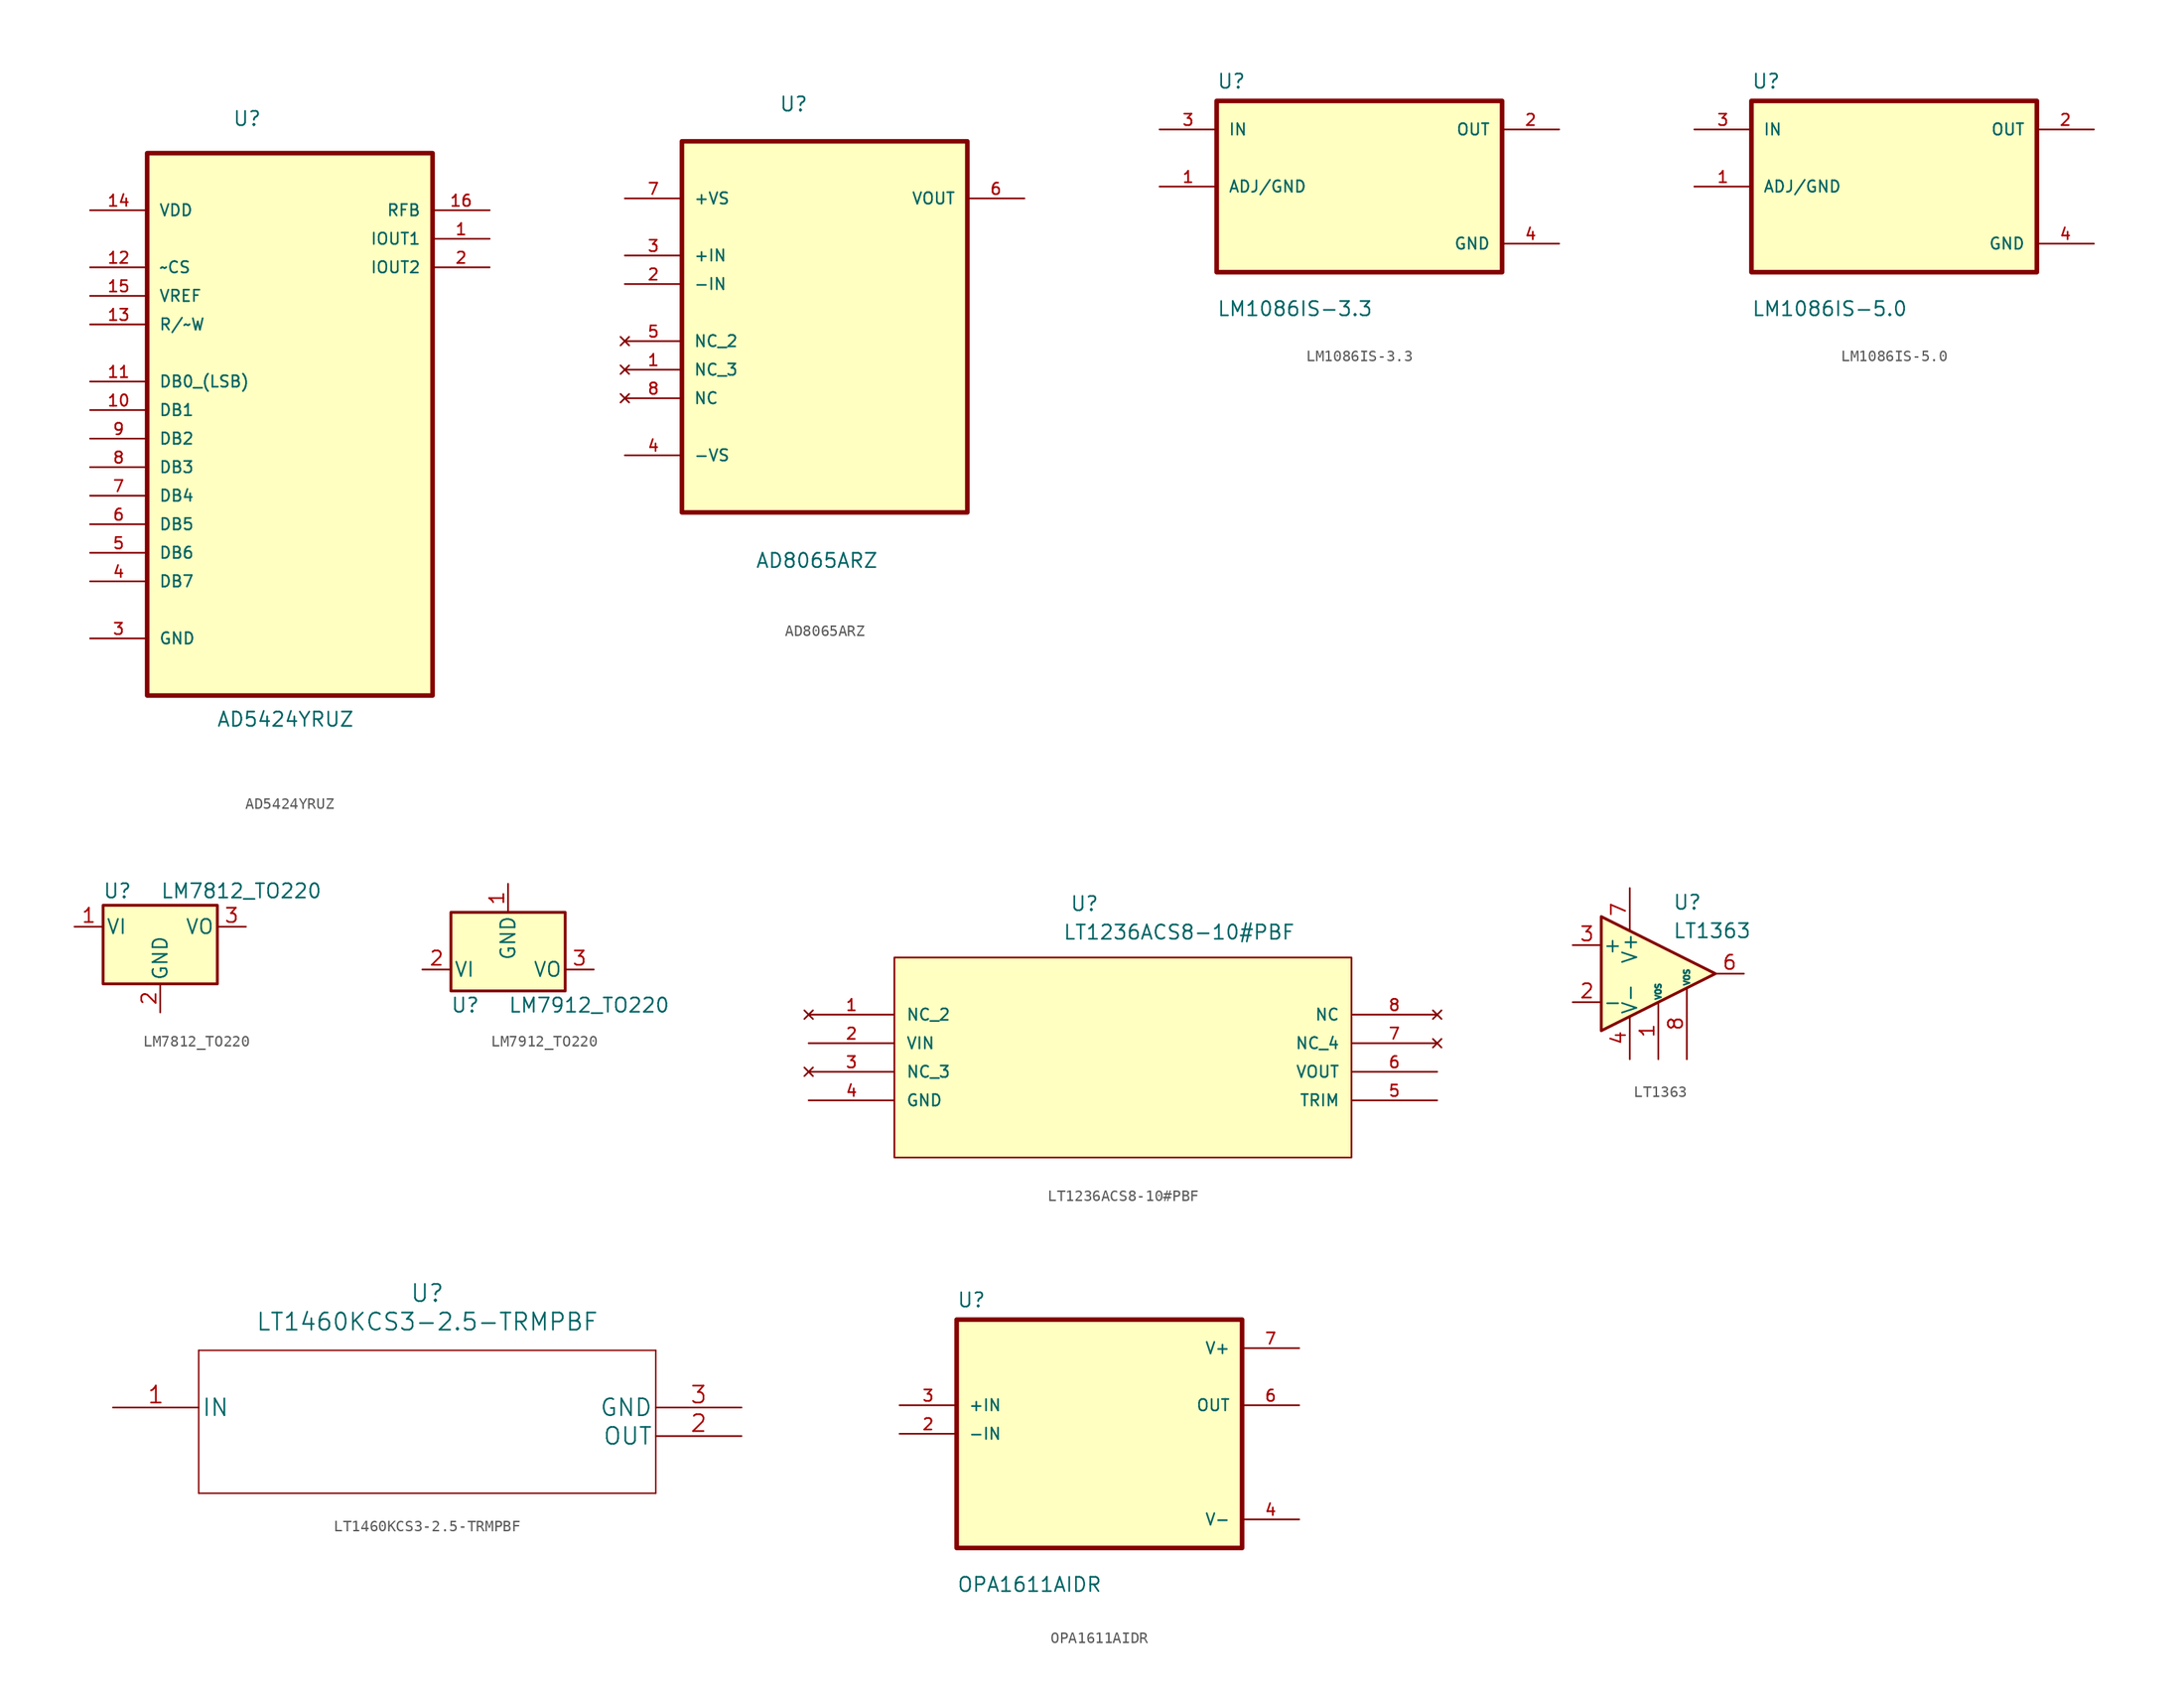
<source format=kicad_sym>
(kicad_symbol_lib
  (version 20220914)
  (generator kicad_symbol_editor)
  (symbol "AD5424YRUZ"
    (pin_names
      (offset 1.016))
    (property "Reference" "U"
      (at -5.114 22.646 0)
      (effects (font (size 1.27 1.27)) (justify left bottom)))
    (property "Value" "AD5424YRUZ"
      (at -6.537 -30.801 0)
      (effects (font (size 1.27 1.27)) (justify left bottom)))
    (symbol "AD5424YRUZ_0_0"
      (rectangle (start -12.7 -27.94) (end 12.7 20.32) (stroke (width 0.406) (type default)) (fill (type background)))
      (pin output line (at 17.78 12.7 180) (length 5.08) (name "IOUT1" (effects (font (size 1.016 1.016)))) (number "1" (effects (font (size 1.016 1.016)))))
      (pin input line (at -17.78 -2.54 0) (length 5.08) (name "DB1" (effects (font (size 1.016 1.016)))) (number "10" (effects (font (size 1.016 1.016)))))
      (pin input line (at -17.78 0 0) (length 5.08) (name "DB0_(LSB)" (effects (font (size 1.016 1.016)))) (number "11" (effects (font (size 1.016 1.016)))))
      (pin input line (at -17.78 10.16 0) (length 5.08) (name "~CS" (effects (font (size 1.016 1.016)))) (number "12" (effects (font (size 1.016 1.016)))))
      (pin bidirectional line (at -17.78 5.08 0) (length 5.08) (name "R/~W" (effects (font (size 1.016 1.016)))) (number "13" (effects (font (size 1.016 1.016)))))
      (pin power_in line (at -17.78 15.24 0) (length 5.08) (name "VDD" (effects (font (size 1.016 1.016)))) (number "14" (effects (font (size 1.016 1.016)))))
      (pin input line (at -17.78 7.62 0) (length 5.08) (name "VREF" (effects (font (size 1.016 1.016)))) (number "15" (effects (font (size 1.016 1.016)))))
      (pin output line (at 17.78 15.24 180) (length 5.08) (name "RFB" (effects (font (size 1.016 1.016)))) (number "16" (effects (font (size 1.016 1.016)))))
      (pin output line (at 17.78 10.16 180) (length 5.08) (name "IOUT2" (effects (font (size 1.016 1.016)))) (number "2" (effects (font (size 1.016 1.016)))))
      (pin passive line (at -17.78 -22.86 0) (length 5.08) (name "GND" (effects (font (size 1.016 1.016)))) (number "3" (effects (font (size 1.016 1.016)))))
      (pin input line (at -17.78 -17.78 0) (length 5.08) (name "DB7" (effects (font (size 1.016 1.016)))) (number "4" (effects (font (size 1.016 1.016)))))
      (pin input line (at -17.78 -15.24 0) (length 5.08) (name "DB6" (effects (font (size 1.016 1.016)))) (number "5" (effects (font (size 1.016 1.016)))))
      (pin input line (at -17.78 -12.7 0) (length 5.08) (name "DB5" (effects (font (size 1.016 1.016)))) (number "6" (effects (font (size 1.016 1.016)))))
      (pin input line (at -17.78 -10.16 0) (length 5.08) (name "DB4" (effects (font (size 1.016 1.016)))) (number "7" (effects (font (size 1.016 1.016)))))
      (pin input line (at -17.78 -7.62 0) (length 5.08) (name "DB3" (effects (font (size 1.016 1.016)))) (number "8" (effects (font (size 1.016 1.016)))))
      (pin input line (at -17.78 -5.08 0) (length 5.08) (name "DB2" (effects (font (size 1.016 1.016)))) (number "9" (effects (font (size 1.016 1.016)))))))
  (symbol "AD8065ARZ"
    (pin_names
      (offset 1.016))
    (property "Reference" "U"
      (at -4.064 15.265 0)
      (effects (font (size 1.27 1.27)) (justify left bottom)))
    (property "Value" "AD8065ARZ"
      (at -6.172 -25.349 0)
      (effects (font (size 1.27 1.27)) (justify left bottom)))
    (symbol "AD8065ARZ_0_0"
      (rectangle (start -12.7 -20.32) (end 12.7 12.7) (stroke (width 0.406) (type default)) (fill (type background)))
      (pin no_connect line (at -17.78 -7.62 0) (length 5.08) (name "NC_3" (effects (font (size 1.016 1.016)))) (number "1" (effects (font (size 1.016 1.016)))))
      (pin input line (at -17.78 0 0) (length 5.08) (name "-IN" (effects (font (size 1.016 1.016)))) (number "2" (effects (font (size 1.016 1.016)))))
      (pin input line (at -17.78 2.54 0) (length 5.08) (name "+IN" (effects (font (size 1.016 1.016)))) (number "3" (effects (font (size 1.016 1.016)))))
      (pin power_in line (at -17.78 -15.24 0) (length 5.08) (name "-VS" (effects (font (size 1.016 1.016)))) (number "4" (effects (font (size 1.016 1.016)))))
      (pin no_connect line (at -17.78 -5.08 0) (length 5.08) (name "NC_2" (effects (font (size 1.016 1.016)))) (number "5" (effects (font (size 1.016 1.016)))))
      (pin output line (at 17.78 7.62 180) (length 5.08) (name "VOUT" (effects (font (size 1.016 1.016)))) (number "6" (effects (font (size 1.016 1.016)))))
      (pin power_in line (at -17.78 7.62 0) (length 5.08) (name "+VS" (effects (font (size 1.016 1.016)))) (number "7" (effects (font (size 1.016 1.016)))))
      (pin no_connect line (at -17.78 -10.16 0) (length 5.08) (name "NC" (effects (font (size 1.016 1.016)))) (number "8" (effects (font (size 1.016 1.016)))))))
  (symbol "LM1086IS-3.3"
    (pin_names
      (offset 1.016))
    (property "Reference" "U"
      (at -12.7 8.62 0)
      (effects (font (size 1.27 1.27)) (justify left bottom)))
    (property "Value" "LM1086IS-3.3"
      (at -12.7 -11.62 0)
      (effects (font (size 1.27 1.27)) (justify left bottom)))
    (symbol "LM1086IS-3.3_0_0"
      (rectangle (start -12.7 -7.62) (end 12.7 7.62) (stroke (width 0.41) (type default)) (fill (type background)))
      (pin bidirectional line (at -17.78 0 0) (length 5.08) (name "ADJ/GND" (effects (font (size 1.016 1.016)))) (number "1" (effects (font (size 1.016 1.016)))))
      (pin output line (at 17.78 5.08 180) (length 5.08) (name "OUT" (effects (font (size 1.016 1.016)))) (number "2" (effects (font (size 1.016 1.016)))))
      (pin input line (at -17.78 5.08 0) (length 5.08) (name "IN" (effects (font (size 1.016 1.016)))) (number "3" (effects (font (size 1.016 1.016)))))
      (pin power_in line (at 17.78 -5.08 180) (length 5.08) (name "GND" (effects (font (size 1.016 1.016)))) (number "4" (effects (font (size 1.016 1.016)))))))
  (symbol "LM1086IS-5.0"
    (pin_names
      (offset 1.016))
    (property "Reference" "U"
      (at -12.7 8.62 0)
      (effects (font (size 1.27 1.27)) (justify left bottom)))
    (property "Value" "LM1086IS-5.0"
      (at -12.7 -11.62 0)
      (effects (font (size 1.27 1.27)) (justify left bottom)))
    (symbol "LM1086IS-5.0_0_0"
      (rectangle (start -12.7 -7.62) (end 12.7 7.62) (stroke (width 0.41) (type default)) (fill (type background)))
      (pin bidirectional line (at -17.78 0 0) (length 5.08) (name "ADJ/GND" (effects (font (size 1.016 1.016)))) (number "1" (effects (font (size 1.016 1.016)))))
      (pin output line (at 17.78 5.08 180) (length 5.08) (name "OUT" (effects (font (size 1.016 1.016)))) (number "2" (effects (font (size 1.016 1.016)))))
      (pin input line (at -17.78 5.08 0) (length 5.08) (name "IN" (effects (font (size 1.016 1.016)))) (number "3" (effects (font (size 1.016 1.016)))))
      (pin power_in line (at 17.78 -5.08 180) (length 5.08) (name "GND" (effects (font (size 1.016 1.016)))) (number "4" (effects (font (size 1.016 1.016)))))))
  (symbol "LM7812_TO220"
    (pin_names
      (offset 0.254))
    (property "Reference" "U"
      (at -3.81 3.175 0)
      (effects (font (size 1.27 1.27))))
    (property "Value" "LM7812_TO220"
      (at 0 3.175 0)
      (effects (font (size 1.27 1.27)) (justify left)))
    (symbol "LM7812_TO220_0_1"
      (rectangle (start -5.08 1.905) (end 5.08 -5.08) (stroke (width 0.254) (type default)) (fill (type background))))
    (symbol "LM7812_TO220_1_1"
      (pin power_in line (at -7.62 0 0) (length 2.54) (name "VI" (effects (font (size 1.27 1.27)))) (number "1" (effects (font (size 1.27 1.27)))))
      (pin power_in line (at 0 -7.62 90) (length 2.54) (name "GND" (effects (font (size 1.27 1.27)))) (number "2" (effects (font (size 1.27 1.27)))))
      (pin power_out line (at 7.62 0 180) (length 2.54) (name "VO" (effects (font (size 1.27 1.27)))) (number "3" (effects (font (size 1.27 1.27)))))))
  (symbol "LM7912_TO220"
    (pin_names
      (offset 0.254))
    (property "Reference" "U"
      (at -3.81 -3.175 0)
      (effects (font (size 1.27 1.27))))
    (property "Value" "LM7912_TO220"
      (at 0 -3.175 0)
      (effects (font (size 1.27 1.27)) (justify left)))
    (symbol "LM7912_TO220_0_1"
      (rectangle (start -5.08 5.08) (end 5.08 -1.905) (stroke (width 0.254) (type default)) (fill (type background))))
    (symbol "LM7912_TO220_1_1"
      (pin power_in line (at 0 7.62 270) (length 2.54) (name "GND" (effects (font (size 1.27 1.27)))) (number "1" (effects (font (size 1.27 1.27)))))
      (pin power_in line (at -7.62 0 0) (length 2.54) (name "VI" (effects (font (size 1.27 1.27)))) (number "2" (effects (font (size 1.27 1.27)))))
      (pin power_out line (at 7.62 0 180) (length 2.54) (name "VO" (effects (font (size 1.27 1.27)))) (number "3" (effects (font (size 1.27 1.27)))))))
  (symbol "LT1236ACS8-10#PBF"
    (pin_names
      (offset 1.016))
    (property "Reference" "U"
      (at 23.216 9.119 0)
      (effects (font (size 1.27 1.27)) (justify left bottom)))
    (property "Value" "LT1236ACS8-10#PBF"
      (at 22.581 6.579 0)
      (effects (font (size 1.27 1.27)) (justify left bottom)))
    (symbol "LT1236ACS8-10#PBF_0_0"
      (rectangle (start 7.62 -12.7) (end 48.26 5.08) (stroke (width 0.152) (type default)) (fill (type background)))
      (pin no_connect line (at 0 0 0) (length 7.62) (name "NC_2" (effects (font (size 1.016 1.016)))) (number "1" (effects (font (size 1.016 1.016)))))
      (pin input line (at 0 -2.54 0) (length 7.62) (name "VIN" (effects (font (size 1.016 1.016)))) (number "2" (effects (font (size 1.016 1.016)))))
      (pin no_connect line (at 0 -5.08 0) (length 7.62) (name "NC_3" (effects (font (size 1.016 1.016)))) (number "3" (effects (font (size 1.016 1.016)))))
      (pin power_in line (at 0 -7.62 0) (length 7.62) (name "GND" (effects (font (size 1.016 1.016)))) (number "4" (effects (font (size 1.016 1.016)))))
      (pin passive line (at 55.88 -7.62 180) (length 7.62) (name "TRIM" (effects (font (size 1.016 1.016)))) (number "5" (effects (font (size 1.016 1.016)))))
      (pin output line (at 55.88 -5.08 180) (length 7.62) (name "VOUT" (effects (font (size 1.016 1.016)))) (number "6" (effects (font (size 1.016 1.016)))))
      (pin no_connect line (at 55.88 -2.54 180) (length 7.62) (name "NC_4" (effects (font (size 1.016 1.016)))) (number "7" (effects (font (size 1.016 1.016)))))
      (pin no_connect line (at 55.88 0 180) (length 7.62) (name "NC" (effects (font (size 1.016 1.016)))) (number "8" (effects (font (size 1.016 1.016)))))))
  (symbol "LT1363"
    (pin_names
      (offset 0.127))
    (property "Reference" "U"
      (at 1.27 6.35 0)
      (effects (font (size 1.27 1.27)) (justify left)))
    (property "Value" "LT1363"
      (at 1.27 3.81 0)
      (effects (font (size 1.27 1.27)) (justify left)))
    (symbol "LT1363_0_1"
      (polyline (pts (xy -5.08 5.08) (xy 5.08 0) (xy -5.08 -5.08) (xy -5.08 5.08)) (stroke (width 0.254) (type default)) (fill (type background))))
    (symbol "LT1363_1_1"
      (pin input line (at 0 -7.62 90) (length 5.08) (name "VOS" (effects (font (size 0.508 0.508)))) (number "1" (effects (font (size 1.27 1.27)))))
      (pin input line (at -7.62 -2.54 0) (length 2.54) (name "-" (effects (font (size 1.27 1.27)))) (number "2" (effects (font (size 1.27 1.27)))))
      (pin input line (at -7.62 2.54 0) (length 2.54) (name "+" (effects (font (size 1.27 1.27)))) (number "3" (effects (font (size 1.27 1.27)))))
      (pin power_in line (at -2.54 -7.62 90) (length 3.81) (name "V-" (effects (font (size 1.27 1.27)))) (number "4" (effects (font (size 1.27 1.27)))))
      (pin no_connect line (at 0 2.54 270) (length 2.54) hide (name "NC" (effects (font (size 1.27 1.27)))) (number "5" (effects (font (size 1.27 1.27)))))
      (pin output line (at 7.62 0 180) (length 2.54) (name "~" (effects (font (size 1.27 1.27)))) (number "6" (effects (font (size 1.27 1.27)))))
      (pin power_in line (at -2.54 7.62 270) (length 3.81) (name "V+" (effects (font (size 1.27 1.27)))) (number "7" (effects (font (size 1.27 1.27)))))
      (pin input line (at 2.54 -7.62 90) (length 6.35) (name "VOS" (effects (font (size 0.508 0.508)))) (number "8" (effects (font (size 1.27 1.27)))))))
  (symbol "LT1460KCS3-2.5-TRMPBF"
    (pin_names
      (offset 0.254))
    (property "Reference" "U"
      (at 27.94 10.16 0)
      (effects (font (size 1.524 1.524))))
    (property "Value" "LT1460KCS3-2.5-TRMPBF"
      (at 27.94 7.62 0)
      (effects (font (size 1.524 1.524))))
    (property "Datasheet" ""
      (at 0 0 0)
      (effects (font (size 1.524 1.524))))
    (property "ki_locked" ""
      (at 0 0 0)
      (effects (font (size 1.27 1.27))))
    (symbol "LT1460KCS3-2.5-TRMPBF_1_1"
      (polyline (pts (xy 7.62 -7.62) (xy 48.26 -7.62)) (stroke (width 0.127) (type default)) (fill (type none)))
      (polyline (pts (xy 7.62 5.08) (xy 7.62 -7.62)) (stroke (width 0.127) (type default)) (fill (type none)))
      (polyline (pts (xy 48.26 -7.62) (xy 48.26 5.08)) (stroke (width 0.127) (type default)) (fill (type none)))
      (polyline (pts (xy 48.26 5.08) (xy 7.62 5.08)) (stroke (width 0.127) (type default)) (fill (type none)))
      (pin input line (at 0 0 0) (length 7.62) (name "IN" (effects (font (size 1.499 1.499)))) (number "1" (effects (font (size 1.499 1.499)))))
      (pin output line (at 55.88 -2.54 180) (length 7.62) (name "OUT" (effects (font (size 1.499 1.499)))) (number "2" (effects (font (size 1.499 1.499)))))
      (pin power_in line (at 55.88 0 180) (length 7.62) (name "GND" (effects (font (size 1.499 1.499)))) (number "3" (effects (font (size 1.499 1.499)))))))
  (symbol "OPA1611AIDR"
    (pin_names
      (offset 1.016))
    (property "Reference" "U"
      (at -12.7 11.16 0)
      (effects (font (size 1.27 1.27)) (justify left bottom)))
    (property "Value" "OPA1611AIDR"
      (at -12.7 -14.16 0)
      (effects (font (size 1.27 1.27)) (justify left bottom)))
    (symbol "OPA1611AIDR_0_0"
      (rectangle (start -12.7 -10.16) (end 12.7 10.16) (stroke (width 0.41) (type default)) (fill (type background)))
      (pin input line (at -17.78 0 0) (length 5.08) (name "-IN" (effects (font (size 1.016 1.016)))) (number "2" (effects (font (size 1.016 1.016)))))
      (pin input line (at -17.78 2.54 0) (length 5.08) (name "+IN" (effects (font (size 1.016 1.016)))) (number "3" (effects (font (size 1.016 1.016)))))
      (pin power_in line (at 17.78 -7.62 180) (length 5.08) (name "V-" (effects (font (size 1.016 1.016)))) (number "4" (effects (font (size 1.016 1.016)))))
      (pin output line (at 17.78 2.54 180) (length 5.08) (name "OUT" (effects (font (size 1.016 1.016)))) (number "6" (effects (font (size 1.016 1.016)))))
      (pin power_in line (at 17.78 7.62 180) (length 5.08) (name "V+" (effects (font (size 1.016 1.016)))) (number "7" (effects (font (size 1.016 1.016))))))))
</source>
